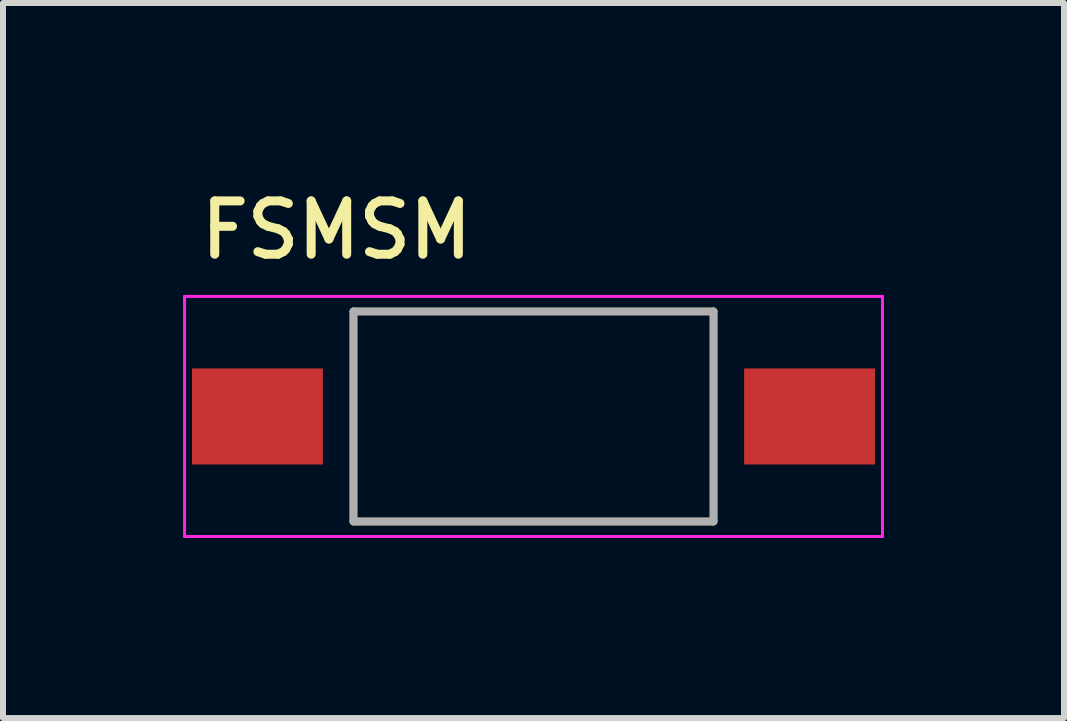
<source format=kicad_pcb>
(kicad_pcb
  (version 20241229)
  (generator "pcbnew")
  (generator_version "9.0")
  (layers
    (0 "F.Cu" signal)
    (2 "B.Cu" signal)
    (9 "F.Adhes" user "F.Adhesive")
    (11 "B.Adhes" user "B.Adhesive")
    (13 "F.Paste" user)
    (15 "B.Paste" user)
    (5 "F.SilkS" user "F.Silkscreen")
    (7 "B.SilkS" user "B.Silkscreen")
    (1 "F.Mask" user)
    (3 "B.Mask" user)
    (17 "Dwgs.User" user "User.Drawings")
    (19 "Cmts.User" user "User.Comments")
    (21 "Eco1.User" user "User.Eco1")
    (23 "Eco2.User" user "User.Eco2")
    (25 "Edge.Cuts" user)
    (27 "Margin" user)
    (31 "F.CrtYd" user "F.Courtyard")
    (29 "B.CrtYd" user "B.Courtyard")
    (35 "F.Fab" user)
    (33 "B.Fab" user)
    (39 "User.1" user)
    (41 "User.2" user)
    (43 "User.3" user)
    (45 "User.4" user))
  (footprint "FSMSM"
    (layer "F.Cu")
    (at 5.84 3.89)
    (property "Reference" "FSMSM" (at -3.282 -3.107 0) (layer "F.SilkS") (effects (font (size 0.888 0.888) (thickness 0.15))))
    (attr smd)
    (fp_line (start -3 -1.75) (end -3 1.75) (stroke (width 0.127) (type solid)) (layer "F.SilkS"))
    (fp_line (start -3 1.75) (end 3 1.75) (stroke (width 0.127) (type solid)) (layer "F.SilkS"))
    (fp_line (start 3 -1.75) (end -3 -1.75) (stroke (width 0.127) (type solid)) (layer "F.SilkS"))
    (fp_line (start 3 1.75) (end 3 -1.75) (stroke (width 0.127) (type solid)) (layer "F.SilkS"))
    (fp_line (start -5.815 -2) (end -5.815 2) (stroke (width 0.05) (type solid)) (layer "F.CrtYd"))
    (fp_line (start -5.815 2) (end 5.815 2) (stroke (width 0.05) (type solid)) (layer "F.CrtYd"))
    (fp_line (start 5.815 -2) (end -5.815 -2) (stroke (width 0.05) (type solid)) (layer "F.CrtYd"))
    (fp_line (start 5.815 2) (end 5.815 -2) (stroke (width 0.05) (type solid)) (layer "F.CrtYd"))
    (fp_line (start -3 -1.75) (end -3 1.75) (stroke (width 0.127) (type solid)) (layer "F.Fab"))
    (fp_line (start -3 1.75) (end 3 1.75) (stroke (width 0.127) (type solid)) (layer "F.Fab"))
    (fp_line (start 3 -1.75) (end -3 -1.75) (stroke (width 0.127) (type solid)) (layer "F.Fab"))
    (fp_line (start 3 1.75) (end 3 -1.75) (stroke (width 0.127) (type solid)) (layer "F.Fab"))
    (pad "1" smd rect (at -4.6 0) (size 2.18 1.6) (layers "F.Cu" "F.Mask" "F.Paste"))
    (pad "2" smd rect (at 4.6 0) (size 2.18 1.6) (layers "F.Cu" "F.Mask" "F.Paste")))
  (gr_rect
    (start -3 -3)
    (end 14.68 8.915)
    (stroke (width 0.1) (type default))
    (fill no)
    (layer "Edge.Cuts")))
</source>
